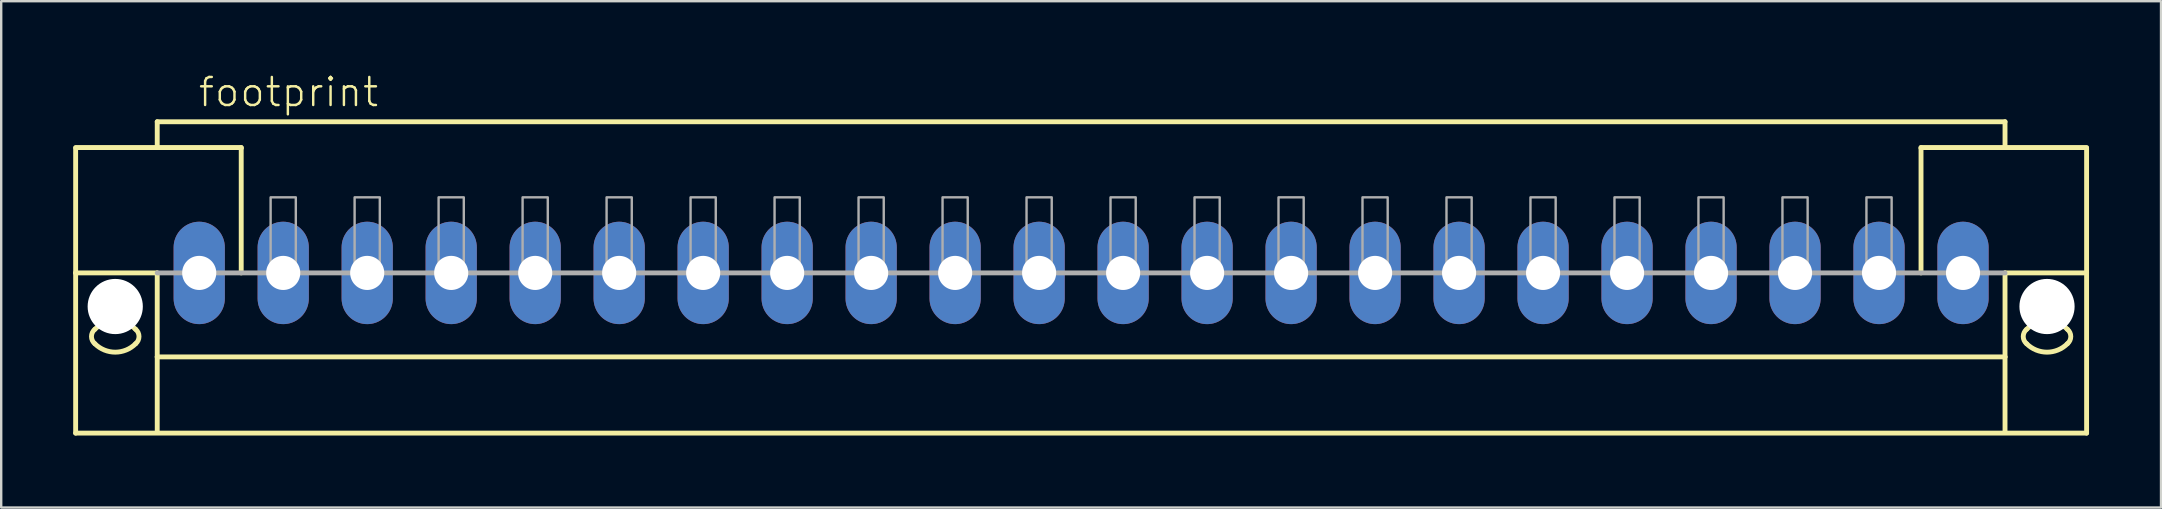
<source format=kicad_pcb>
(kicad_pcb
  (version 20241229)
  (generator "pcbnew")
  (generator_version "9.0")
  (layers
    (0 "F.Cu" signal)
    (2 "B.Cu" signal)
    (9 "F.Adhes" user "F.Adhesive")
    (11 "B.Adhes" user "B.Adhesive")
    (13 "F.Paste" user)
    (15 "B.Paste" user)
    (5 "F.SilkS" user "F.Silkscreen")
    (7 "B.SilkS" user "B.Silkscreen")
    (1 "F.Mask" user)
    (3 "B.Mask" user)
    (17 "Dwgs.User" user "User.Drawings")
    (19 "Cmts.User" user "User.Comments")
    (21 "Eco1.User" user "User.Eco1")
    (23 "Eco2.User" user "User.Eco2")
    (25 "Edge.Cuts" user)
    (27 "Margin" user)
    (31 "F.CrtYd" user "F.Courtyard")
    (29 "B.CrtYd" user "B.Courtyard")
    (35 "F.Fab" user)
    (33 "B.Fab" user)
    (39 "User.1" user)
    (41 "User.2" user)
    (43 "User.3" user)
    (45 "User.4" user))
  (footprint "footprint"
    (layer "F.Cu")
    (at 42.002 8.323)
    (property "Reference" "footprint" (at -36.85 -6.85 0) (layer "F.SilkS") (effects (font (size 1.168 1.168) (thickness 0.102)) (justify left bottom)))
    (fp_line (start -41.9 -5.225) (end -35 -5.225) (stroke (width 0.203) (type solid)) (layer "F.SilkS"))
    (fp_line (start -41.9 -5.2) (end -41.9 0) (stroke (width 0.203) (type solid)) (layer "F.SilkS"))
    (fp_line (start -41.9 0) (end -41.9 6.675) (stroke (width 0.203) (type solid)) (layer "F.SilkS"))
    (fp_line (start -41.9 0) (end -38.5 0) (stroke (width 0.203) (type solid)) (layer "F.SilkS"))
    (fp_line (start -41.9 6.675) (end 41.9 6.675) (stroke (width 0.203) (type solid)) (layer "F.SilkS"))
    (fp_line (start -38.5 -6.3) (end 38.5 -6.3) (stroke (width 0.203) (type solid)) (layer "F.SilkS"))
    (fp_line (start -38.5 -5.3) (end -38.5 -6.3) (stroke (width 0.203) (type solid)) (layer "F.SilkS"))
    (fp_line (start -38.5 0) (end -38.5 3.5) (stroke (width 0.203) (type solid)) (layer "F.SilkS"))
    (fp_line (start -38.5 3.5) (end 38.5 3.5) (stroke (width 0.203) (type solid)) (layer "F.SilkS"))
    (fp_line (start -38.5 6.65) (end -38.5 3.5) (stroke (width 0.203) (type solid)) (layer "F.SilkS"))
    (fp_line (start -35 -5.225) (end -35 -5.2) (stroke (width 0.203) (type solid)) (layer "F.SilkS"))
    (fp_line (start -35 -5.175) (end -35 0) (stroke (width 0.203) (type solid)) (layer "F.SilkS"))
    (fp_line (start 35 -5.225) (end 41.9 -5.225) (stroke (width 0.203) (type solid)) (layer "F.SilkS"))
    (fp_line (start 35 -5.2) (end 35 -5.225) (stroke (width 0.203) (type solid)) (layer "F.SilkS"))
    (fp_line (start 35 0) (end 35 -5.175) (stroke (width 0.203) (type solid)) (layer "F.SilkS"))
    (fp_line (start 38.5 -6.3) (end 38.5 -5.3) (stroke (width 0.203) (type solid)) (layer "F.SilkS"))
    (fp_line (start 38.5 3.5) (end 38.5 0) (stroke (width 0.203) (type solid)) (layer "F.SilkS"))
    (fp_line (start 38.5 6.65) (end 38.5 3.5) (stroke (width 0.203) (type solid)) (layer "F.SilkS"))
    (fp_line (start 41.9 0) (end 38.5 0) (stroke (width 0.203) (type solid)) (layer "F.SilkS"))
    (fp_line (start 41.9 0) (end 41.9 -5.2) (stroke (width 0.203) (type solid)) (layer "F.SilkS"))
    (fp_line (start 41.9 6.675) (end 41.9 0) (stroke (width 0.203) (type solid)) (layer "F.SilkS"))
    (fp_arc (start -41.1 2.35) (mid -40.25 1.997918) (end -39.4 2.35) (stroke (width 0.2032) (type solid)) (layer "F.SilkS"))
    (fp_arc (start -41.1 2.95) (mid -41.240512 2.65) (end -41.1 2.35) (stroke (width 0.2032) (type solid)) (layer "F.SilkS"))
    (fp_arc (start -39.4 2.95) (mid -40.25 3.302082) (end -41.1 2.95) (stroke (width 0.2032) (type solid)) (layer "F.SilkS"))
    (fp_arc (start -39.399999 2.350001) (mid -39.259487 2.650001) (end -39.4 2.95) (stroke (width 0.2032) (type solid)) (layer "F.SilkS"))
    (fp_arc (start 39.399999 2.949999) (mid 39.259487 2.649999) (end 39.4 2.35) (stroke (width 0.2032) (type solid)) (layer "F.SilkS"))
    (fp_arc (start 39.4 2.35) (mid 40.25 1.997918) (end 41.1 2.35) (stroke (width 0.2032) (type solid)) (layer "F.SilkS"))
    (fp_arc (start 41.1 2.35) (mid 41.240512 2.65) (end 41.1 2.95) (stroke (width 0.2032) (type solid)) (layer "F.SilkS"))
    (fp_arc (start 41.1 2.95) (mid 40.25 3.302082) (end 39.4 2.95) (stroke (width 0.2032) (type solid)) (layer "F.SilkS"))
    (fp_line (start 38.5 0) (end -38.5 0) (stroke (width 0.203) (type solid)) (layer "F.Fab"))
    (fp_poly (pts (xy -33.775 0) (xy -32.725 0) (xy -32.725 -3.15) (xy -33.775 -3.15)) (stroke (width 0.1) (type solid)) (fill no) (layer "F.Fab"))
    (fp_poly (pts (xy -30.275 0) (xy -29.225 0) (xy -29.225 -3.15) (xy -30.275 -3.15)) (stroke (width 0.1) (type solid)) (fill no) (layer "F.Fab"))
    (fp_poly (pts (xy -26.775 0) (xy -25.725 0) (xy -25.725 -3.15) (xy -26.775 -3.15)) (stroke (width 0.1) (type solid)) (fill no) (layer "F.Fab"))
    (fp_poly (pts (xy -23.275 0) (xy -22.225 0) (xy -22.225 -3.15) (xy -23.275 -3.15)) (stroke (width 0.1) (type solid)) (fill no) (layer "F.Fab"))
    (fp_poly (pts (xy -19.775 0) (xy -18.725 0) (xy -18.725 -3.15) (xy -19.775 -3.15)) (stroke (width 0.1) (type solid)) (fill no) (layer "F.Fab"))
    (fp_poly (pts (xy -16.275 0) (xy -15.225 0) (xy -15.225 -3.15) (xy -16.275 -3.15)) (stroke (width 0.1) (type solid)) (fill no) (layer "F.Fab"))
    (fp_poly (pts (xy -12.775 0) (xy -11.725 0) (xy -11.725 -3.15) (xy -12.775 -3.15)) (stroke (width 0.1) (type solid)) (fill no) (layer "F.Fab"))
    (fp_poly (pts (xy -9.275 0) (xy -8.225 0) (xy -8.225 -3.15) (xy -9.275 -3.15)) (stroke (width 0.1) (type solid)) (fill no) (layer "F.Fab"))
    (fp_poly (pts (xy -5.775 0) (xy -4.725 0) (xy -4.725 -3.15) (xy -5.775 -3.15)) (stroke (width 0.1) (type solid)) (fill no) (layer "F.Fab"))
    (fp_poly (pts (xy -2.275 0) (xy -1.225 0) (xy -1.225 -3.15) (xy -2.275 -3.15)) (stroke (width 0.1) (type solid)) (fill no) (layer "F.Fab"))
    (fp_poly (pts (xy 1.225 0) (xy 2.275 0) (xy 2.275 -3.15) (xy 1.225 -3.15)) (stroke (width 0.1) (type solid)) (fill no) (layer "F.Fab"))
    (fp_poly (pts (xy 4.725 0) (xy 5.775 0) (xy 5.775 -3.15) (xy 4.725 -3.15)) (stroke (width 0.1) (type solid)) (fill no) (layer "F.Fab"))
    (fp_poly (pts (xy 8.225 0) (xy 9.275 0) (xy 9.275 -3.15) (xy 8.225 -3.15)) (stroke (width 0.1) (type solid)) (fill no) (layer "F.Fab"))
    (fp_poly (pts (xy 11.725 0) (xy 12.775 0) (xy 12.775 -3.15) (xy 11.725 -3.15)) (stroke (width 0.1) (type solid)) (fill no) (layer "F.Fab"))
    (fp_poly (pts (xy 15.225 0) (xy 16.275 0) (xy 16.275 -3.15) (xy 15.225 -3.15)) (stroke (width 0.1) (type solid)) (fill no) (layer "F.Fab"))
    (fp_poly (pts (xy 18.725 0) (xy 19.775 0) (xy 19.775 -3.15) (xy 18.725 -3.15)) (stroke (width 0.1) (type solid)) (fill no) (layer "F.Fab"))
    (fp_poly (pts (xy 22.225 0) (xy 23.275 0) (xy 23.275 -3.15) (xy 22.225 -3.15)) (stroke (width 0.1) (type solid)) (fill no) (layer "F.Fab"))
    (fp_poly (pts (xy 25.725 0) (xy 26.775 0) (xy 26.775 -3.15) (xy 25.725 -3.15)) (stroke (width 0.1) (type solid)) (fill no) (layer "F.Fab"))
    (fp_poly (pts (xy 29.225 0) (xy 30.275 0) (xy 30.275 -3.15) (xy 29.225 -3.15)) (stroke (width 0.1) (type solid)) (fill no) (layer "F.Fab"))
    (fp_poly (pts (xy 32.725 0) (xy 33.775 0) (xy 33.775 -3.15) (xy 32.725 -3.15)) (stroke (width 0.1) (type solid)) (fill no) (layer "F.Fab"))
    (pad "" np_thru_hole circle (at -40.25 1.4) (size 2.3 2.3) (drill 2.3) (layers "*.Cu" "*.Mask"))
    (pad "" np_thru_hole circle (at 40.25 1.4) (size 2.3 2.3) (drill 2.3) (layers "*.Cu" "*.Mask"))
    (pad "1" thru_hole oval (at -36.75 0 90) (size 4.267 2.134) (drill 1.422) (layers "*.Cu" "*.Mask"))
    (pad "2" thru_hole oval (at -33.25 0 90) (size 4.267 2.134) (drill 1.422) (layers "*.Cu" "*.Mask"))
    (pad "3" thru_hole oval (at -29.75 0 90) (size 4.267 2.134) (drill 1.422) (layers "*.Cu" "*.Mask"))
    (pad "4" thru_hole oval (at -26.25 0 90) (size 4.267 2.134) (drill 1.422) (layers "*.Cu" "*.Mask"))
    (pad "5" thru_hole oval (at -22.75 0 90) (size 4.267 2.134) (drill 1.422) (layers "*.Cu" "*.Mask"))
    (pad "6" thru_hole oval (at -19.25 0 90) (size 4.267 2.134) (drill 1.422) (layers "*.Cu" "*.Mask"))
    (pad "7" thru_hole oval (at -15.75 0 90) (size 4.267 2.134) (drill 1.422) (layers "*.Cu" "*.Mask"))
    (pad "8" thru_hole oval (at -12.25 0 90) (size 4.267 2.134) (drill 1.422) (layers "*.Cu" "*.Mask"))
    (pad "9" thru_hole oval (at -8.75 0 90) (size 4.267 2.134) (drill 1.422) (layers "*.Cu" "*.Mask"))
    (pad "10" thru_hole oval (at -5.25 0 90) (size 4.267 2.134) (drill 1.422) (layers "*.Cu" "*.Mask"))
    (pad "11" thru_hole oval (at -1.75 0 90) (size 4.267 2.134) (drill 1.422) (layers "*.Cu" "*.Mask"))
    (pad "12" thru_hole oval (at 1.75 0 90) (size 4.267 2.134) (drill 1.422) (layers "*.Cu" "*.Mask"))
    (pad "13" thru_hole oval (at 5.25 0 90) (size 4.267 2.134) (drill 1.422) (layers "*.Cu" "*.Mask"))
    (pad "14" thru_hole oval (at 8.75 0 90) (size 4.267 2.134) (drill 1.422) (layers "*.Cu" "*.Mask"))
    (pad "15" thru_hole oval (at 12.25 0 90) (size 4.267 2.134) (drill 1.422) (layers "*.Cu" "*.Mask"))
    (pad "16" thru_hole oval (at 15.75 0 90) (size 4.267 2.134) (drill 1.422) (layers "*.Cu" "*.Mask"))
    (pad "17" thru_hole oval (at 19.25 0 90) (size 4.267 2.134) (drill 1.422) (layers "*.Cu" "*.Mask"))
    (pad "18" thru_hole oval (at 22.75 0 90) (size 4.267 2.134) (drill 1.422) (layers "*.Cu" "*.Mask"))
    (pad "19" thru_hole oval (at 26.25 0 90) (size 4.267 2.134) (drill 1.422) (layers "*.Cu" "*.Mask"))
    (pad "20" thru_hole oval (at 29.75 0 90) (size 4.267 2.134) (drill 1.422) (layers "*.Cu" "*.Mask"))
    (pad "21" thru_hole oval (at 33.25 0 90) (size 4.267 2.134) (drill 1.422) (layers "*.Cu" "*.Mask"))
    (pad "22" thru_hole oval (at 36.75 0 90) (size 4.267 2.134) (drill 1.422) (layers "*.Cu" "*.Mask")))
  (gr_rect
    (start -3 -3)
    (end 87.003 18.1)
    (stroke (width 0.1) (type default))
    (fill no)
    (layer "Edge.Cuts")))
</source>
